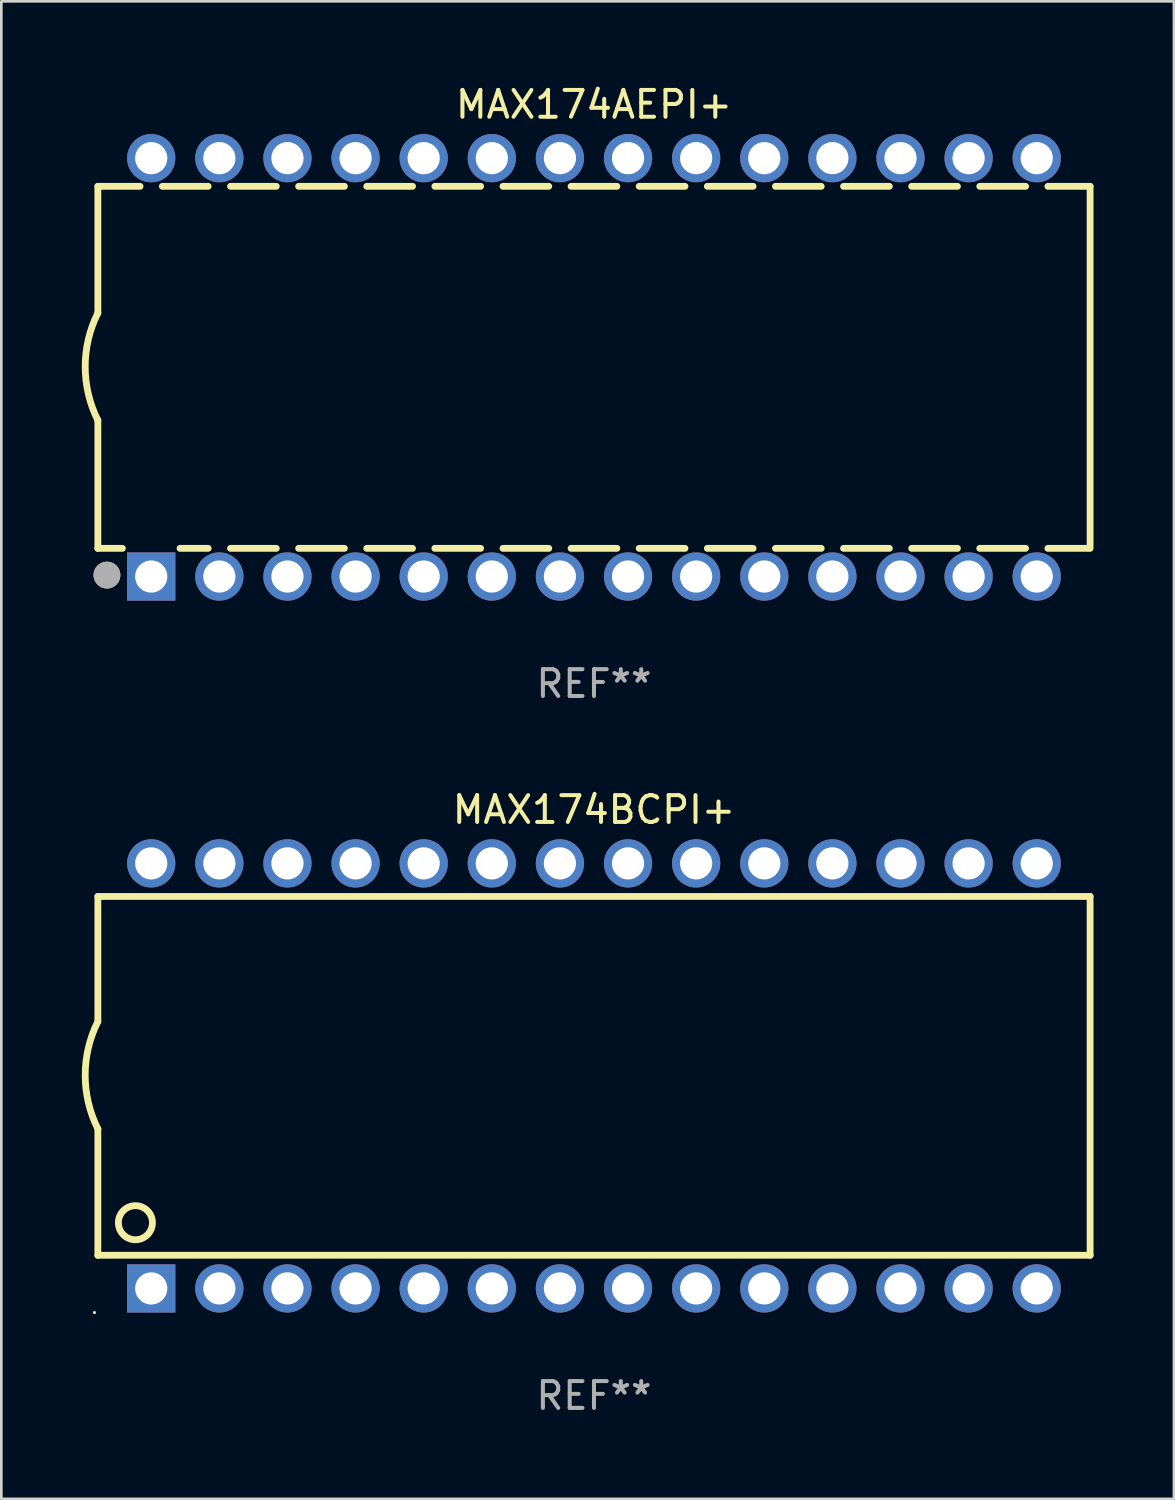
<source format=kicad_pcb>
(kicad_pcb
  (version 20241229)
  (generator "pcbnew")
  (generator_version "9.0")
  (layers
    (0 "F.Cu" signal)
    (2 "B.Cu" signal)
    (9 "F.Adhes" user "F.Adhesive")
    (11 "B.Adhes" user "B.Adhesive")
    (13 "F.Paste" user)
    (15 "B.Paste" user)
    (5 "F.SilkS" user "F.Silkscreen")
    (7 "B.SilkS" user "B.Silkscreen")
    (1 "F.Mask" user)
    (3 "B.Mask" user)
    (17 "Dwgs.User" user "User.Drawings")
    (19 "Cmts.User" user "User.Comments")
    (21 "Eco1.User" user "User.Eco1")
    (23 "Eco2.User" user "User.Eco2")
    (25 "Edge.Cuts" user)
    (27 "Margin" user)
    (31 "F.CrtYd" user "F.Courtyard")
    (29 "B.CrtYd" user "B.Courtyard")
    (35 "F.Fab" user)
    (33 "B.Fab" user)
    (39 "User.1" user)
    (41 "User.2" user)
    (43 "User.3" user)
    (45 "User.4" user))
  (footprint "MAX174AEPI+"
    (layer "F.Cu")
    (at 19.099 10.648)
    (property "Reference" "MAX174AEPI+" (at 0 -9.8 0) (layer "F.SilkS") (effects (font (size 1 1) (thickness 0.15))))
    (attr through_hole)
    (fp_line (start -18.5 -6.75) (end -18.5 -2.026) (stroke (width 0.254) (type solid)) (layer "F.SilkS"))
    (fp_line (start -18.5 -6.75) (end -16.926 -6.75) (stroke (width 0.254) (type solid)) (layer "F.SilkS"))
    (fp_line (start -18.5 6.75) (end -18.5 1.974) (stroke (width 0.254) (type solid)) (layer "F.SilkS"))
    (fp_line (start -18.5 6.75) (end -17.584 6.75) (stroke (width 0.254) (type solid)) (layer "F.SilkS"))
    (fp_line (start -16.094 -6.75) (end -14.386 -6.75) (stroke (width 0.254) (type solid)) (layer "F.SilkS"))
    (fp_line (start -15.436 6.75) (end -14.386 6.75) (stroke (width 0.254) (type solid)) (layer "F.SilkS"))
    (fp_line (start -13.554 -6.75) (end -11.846 -6.75) (stroke (width 0.254) (type solid)) (layer "F.SilkS"))
    (fp_line (start -13.554 6.75) (end -11.846 6.75) (stroke (width 0.254) (type solid)) (layer "F.SilkS"))
    (fp_line (start -11.014 -6.75) (end -9.306 -6.75) (stroke (width 0.254) (type solid)) (layer "F.SilkS"))
    (fp_line (start -11.014 6.75) (end -9.306 6.75) (stroke (width 0.254) (type solid)) (layer "F.SilkS"))
    (fp_line (start -8.474 -6.75) (end -6.766 -6.75) (stroke (width 0.254) (type solid)) (layer "F.SilkS"))
    (fp_line (start -8.474 6.75) (end -6.766 6.75) (stroke (width 0.254) (type solid)) (layer "F.SilkS"))
    (fp_line (start -5.934 -6.75) (end -4.226 -6.75) (stroke (width 0.254) (type solid)) (layer "F.SilkS"))
    (fp_line (start -5.934 6.75) (end -4.226 6.75) (stroke (width 0.254) (type solid)) (layer "F.SilkS"))
    (fp_line (start -3.394 -6.75) (end -1.686 -6.75) (stroke (width 0.254) (type solid)) (layer "F.SilkS"))
    (fp_line (start -3.394 6.75) (end -1.686 6.75) (stroke (width 0.254) (type solid)) (layer "F.SilkS"))
    (fp_line (start -0.854 -6.75) (end 0.854 -6.75) (stroke (width 0.254) (type solid)) (layer "F.SilkS"))
    (fp_line (start -0.854 6.75) (end 0.854 6.75) (stroke (width 0.254) (type solid)) (layer "F.SilkS"))
    (fp_line (start 1.686 -6.75) (end 3.394 -6.75) (stroke (width 0.254) (type solid)) (layer "F.SilkS"))
    (fp_line (start 1.686 6.75) (end 3.394 6.75) (stroke (width 0.254) (type solid)) (layer "F.SilkS"))
    (fp_line (start 4.226 -6.75) (end 5.934 -6.75) (stroke (width 0.254) (type solid)) (layer "F.SilkS"))
    (fp_line (start 4.226 6.75) (end 5.934 6.75) (stroke (width 0.254) (type solid)) (layer "F.SilkS"))
    (fp_line (start 6.766 -6.75) (end 8.474 -6.75) (stroke (width 0.254) (type solid)) (layer "F.SilkS"))
    (fp_line (start 6.766 6.75) (end 8.474 6.75) (stroke (width 0.254) (type solid)) (layer "F.SilkS"))
    (fp_line (start 9.306 -6.75) (end 11.014 -6.75) (stroke (width 0.254) (type solid)) (layer "F.SilkS"))
    (fp_line (start 9.306 6.75) (end 11.014 6.75) (stroke (width 0.254) (type solid)) (layer "F.SilkS"))
    (fp_line (start 11.846 -6.75) (end 13.554 -6.75) (stroke (width 0.254) (type solid)) (layer "F.SilkS"))
    (fp_line (start 11.846 6.75) (end 13.554 6.75) (stroke (width 0.254) (type solid)) (layer "F.SilkS"))
    (fp_line (start 14.386 -6.75) (end 16.094 -6.75) (stroke (width 0.254) (type solid)) (layer "F.SilkS"))
    (fp_line (start 14.386 6.75) (end 16.094 6.75) (stroke (width 0.254) (type solid)) (layer "F.SilkS"))
    (fp_line (start 16.926 -6.75) (end 18.5 -6.75) (stroke (width 0.254) (type solid)) (layer "F.SilkS"))
    (fp_line (start 16.926 6.75) (end 18.415 6.75) (stroke (width 0.254) (type solid)) (layer "F.SilkS"))
    (fp_line (start 18.5 6.75) (end 18.5 -6.75) (stroke (width 0.254) (type solid)) (layer "F.SilkS"))
    (fp_arc (start -18.500051 1.974384) (mid -18.972187 -0.025616) (end -18.500051 -2.025616) (stroke (width 0.254001) (type solid)) (layer "F.SilkS"))
    (fp_circle (center -18.5 7.8) (end -18.47 7.8) (stroke (width 0.06) (type solid)) (fill no) (layer "F.SilkS"))
    (fp_circle (center -18.161 7.747) (end -17.911 7.747) (stroke (width 0.5) (type solid)) (fill no) (layer "F.SilkS"))
    (fp_circle (center -18.161 7.747) (end -17.911 7.747) (stroke (width 0.5) (type solid)) (fill no) (layer "F.Fab"))
    (fp_text user "REF**" (at 0 11.8 0) (layer "F.Fab") (effects (font (size 1 1) (thickness 0.15))))
    (pad "1" thru_hole rect (at -16.51 7.8) (size 1.8 1.8) (drill 1.2) (layers "*.Cu" "*.Mask"))
    (pad "2" thru_hole circle (at -13.97 7.8) (size 1.8 1.8) (drill 1.2) (layers "*.Cu" "*.Mask"))
    (pad "3" thru_hole circle (at -11.43 7.8) (size 1.8 1.8) (drill 1.2) (layers "*.Cu" "*.Mask"))
    (pad "4" thru_hole circle (at -8.89 7.8) (size 1.8 1.8) (drill 1.2) (layers "*.Cu" "*.Mask"))
    (pad "5" thru_hole circle (at -6.35 7.8) (size 1.8 1.8) (drill 1.2) (layers "*.Cu" "*.Mask"))
    (pad "6" thru_hole circle (at -3.81 7.8) (size 1.8 1.8) (drill 1.2) (layers "*.Cu" "*.Mask"))
    (pad "7" thru_hole circle (at -1.27 7.8) (size 1.8 1.8) (drill 1.2) (layers "*.Cu" "*.Mask"))
    (pad "8" thru_hole circle (at 1.27 7.8) (size 1.8 1.8) (drill 1.2) (layers "*.Cu" "*.Mask"))
    (pad "9" thru_hole circle (at 3.81 7.8) (size 1.8 1.8) (drill 1.2) (layers "*.Cu" "*.Mask"))
    (pad "10" thru_hole circle (at 6.35 7.8) (size 1.8 1.8) (drill 1.2) (layers "*.Cu" "*.Mask"))
    (pad "11" thru_hole circle (at 8.89 7.8) (size 1.8 1.8) (drill 1.2) (layers "*.Cu" "*.Mask"))
    (pad "12" thru_hole circle (at 11.43 7.8) (size 1.8 1.8) (drill 1.2) (layers "*.Cu" "*.Mask"))
    (pad "13" thru_hole circle (at 13.97 7.8) (size 1.8 1.8) (drill 1.2) (layers "*.Cu" "*.Mask"))
    (pad "14" thru_hole circle (at 16.51 7.8) (size 1.8 1.8) (drill 1.2) (layers "*.Cu" "*.Mask"))
    (pad "15" thru_hole circle (at 16.51 -7.8) (size 1.8 1.8) (drill 1.2) (layers "*.Cu" "*.Mask"))
    (pad "16" thru_hole circle (at 13.97 -7.8) (size 1.8 1.8) (drill 1.2) (layers "*.Cu" "*.Mask"))
    (pad "17" thru_hole circle (at 11.43 -7.8) (size 1.8 1.8) (drill 1.2) (layers "*.Cu" "*.Mask"))
    (pad "18" thru_hole circle (at 8.89 -7.8) (size 1.8 1.8) (drill 1.2) (layers "*.Cu" "*.Mask"))
    (pad "19" thru_hole circle (at 6.35 -7.8) (size 1.8 1.8) (drill 1.2) (layers "*.Cu" "*.Mask"))
    (pad "20" thru_hole circle (at 3.81 -7.8) (size 1.8 1.8) (drill 1.2) (layers "*.Cu" "*.Mask"))
    (pad "21" thru_hole circle (at 1.27 -7.8) (size 1.8 1.8) (drill 1.2) (layers "*.Cu" "*.Mask"))
    (pad "22" thru_hole circle (at -1.27 -7.8) (size 1.8 1.8) (drill 1.2) (layers "*.Cu" "*.Mask"))
    (pad "23" thru_hole circle (at -3.81 -7.8) (size 1.8 1.8) (drill 1.2) (layers "*.Cu" "*.Mask"))
    (pad "24" thru_hole circle (at -6.35 -7.8) (size 1.8 1.8) (drill 1.2) (layers "*.Cu" "*.Mask"))
    (pad "25" thru_hole circle (at -8.89 -7.8) (size 1.8 1.8) (drill 1.2) (layers "*.Cu" "*.Mask"))
    (pad "26" thru_hole circle (at -11.43 -7.8) (size 1.8 1.8) (drill 1.2) (layers "*.Cu" "*.Mask"))
    (pad "27" thru_hole circle (at -13.97 -7.8) (size 1.8 1.8) (drill 1.2) (layers "*.Cu" "*.Mask"))
    (pad "28" thru_hole circle (at -16.51 -7.8) (size 1.8 1.8) (drill 1.2) (layers "*.Cu" "*.Mask")))
  (footprint "MAX174BCPI+"
    (layer "F.Cu")
    (at 19.099 37.07)
    (property "Reference" "MAX174BCPI+" (at 0 -9.925 0) (layer "F.SilkS") (effects (font (size 1 1) (thickness 0.15))))
    (attr through_hole)
    (fp_line (start -18.5 -6.692) (end -18.5 -2.026) (stroke (width 0.254) (type solid)) (layer "F.SilkS"))
    (fp_line (start -18.5 6.689) (end -18.5 1.974) (stroke (width 0.254) (type solid)) (layer "F.SilkS"))
    (fp_line (start -18.5 6.689) (end 18.5 6.689) (stroke (width 0.254) (type solid)) (layer "F.SilkS"))
    (fp_line (start 18.5 -6.692) (end -18.5 -6.692) (stroke (width 0.254) (type solid)) (layer "F.SilkS"))
    (fp_line (start 18.5 6.689) (end 18.5 -6.692) (stroke (width 0.254) (type solid)) (layer "F.SilkS"))
    (fp_arc (start -18.500051 1.974346) (mid -18.972187 -0.025654) (end -18.500051 -2.025654) (stroke (width 0.254001) (type solid)) (layer "F.SilkS"))
    (fp_circle (center -18.627 8.824) (end -18.597 8.824) (stroke (width 0.06) (type solid)) (fill no) (layer "F.SilkS"))
    (fp_circle (center -17.1 5.474) (end -16.465 5.474) (stroke (width 0.254) (type solid)) (fill no) (layer "F.SilkS"))
    (fp_text user "REF**" (at 0 11.925 0) (layer "F.Fab") (effects (font (size 1 1) (thickness 0.15))))
    (pad "1" thru_hole rect (at -16.51 7.925) (size 1.8 1.8) (drill 1.2) (layers "*.Cu" "*.Mask"))
    (pad "2" thru_hole circle (at -13.97 7.924) (size 1.8 1.8) (drill 1.2) (layers "*.Cu" "*.Mask"))
    (pad "3" thru_hole circle (at -11.43 7.924) (size 1.8 1.8) (drill 1.2) (layers "*.Cu" "*.Mask"))
    (pad "4" thru_hole circle (at -8.89 7.924) (size 1.8 1.8) (drill 1.2) (layers "*.Cu" "*.Mask"))
    (pad "5" thru_hole circle (at -6.35 7.924) (size 1.8 1.8) (drill 1.2) (layers "*.Cu" "*.Mask"))
    (pad "6" thru_hole circle (at -3.81 7.924) (size 1.8 1.8) (drill 1.2) (layers "*.Cu" "*.Mask"))
    (pad "7" thru_hole circle (at -1.27 7.924) (size 1.8 1.8) (drill 1.2) (layers "*.Cu" "*.Mask"))
    (pad "8" thru_hole circle (at 1.27 7.924) (size 1.8 1.8) (drill 1.2) (layers "*.Cu" "*.Mask"))
    (pad "9" thru_hole circle (at 3.81 7.924) (size 1.8 1.8) (drill 1.2) (layers "*.Cu" "*.Mask"))
    (pad "10" thru_hole circle (at 6.35 7.924) (size 1.8 1.8) (drill 1.2) (layers "*.Cu" "*.Mask"))
    (pad "11" thru_hole circle (at 8.89 7.924) (size 1.8 1.8) (drill 1.2) (layers "*.Cu" "*.Mask"))
    (pad "12" thru_hole circle (at 11.43 7.924) (size 1.8 1.8) (drill 1.2) (layers "*.Cu" "*.Mask"))
    (pad "13" thru_hole circle (at 13.97 7.924) (size 1.8 1.8) (drill 1.2) (layers "*.Cu" "*.Mask"))
    (pad "14" thru_hole circle (at 16.51 7.924) (size 1.8 1.8) (drill 1.2) (layers "*.Cu" "*.Mask"))
    (pad "15" thru_hole circle (at 16.51 -7.925) (size 1.8 1.8) (drill 1.2) (layers "*.Cu" "*.Mask"))
    (pad "16" thru_hole circle (at 13.97 -7.925) (size 1.8 1.8) (drill 1.2) (layers "*.Cu" "*.Mask"))
    (pad "17" thru_hole circle (at 11.43 -7.925) (size 1.8 1.8) (drill 1.2) (layers "*.Cu" "*.Mask"))
    (pad "18" thru_hole circle (at 8.89 -7.925) (size 1.8 1.8) (drill 1.2) (layers "*.Cu" "*.Mask"))
    (pad "19" thru_hole circle (at 6.35 -7.925) (size 1.8 1.8) (drill 1.2) (layers "*.Cu" "*.Mask"))
    (pad "20" thru_hole circle (at 3.81 -7.925) (size 1.8 1.8) (drill 1.2) (layers "*.Cu" "*.Mask"))
    (pad "21" thru_hole circle (at 1.27 -7.925) (size 1.8 1.8) (drill 1.2) (layers "*.Cu" "*.Mask"))
    (pad "22" thru_hole circle (at -1.27 -7.925) (size 1.8 1.8) (drill 1.2) (layers "*.Cu" "*.Mask"))
    (pad "23" thru_hole circle (at -3.81 -7.925) (size 1.8 1.8) (drill 1.2) (layers "*.Cu" "*.Mask"))
    (pad "24" thru_hole circle (at -6.35 -7.925) (size 1.8 1.8) (drill 1.2) (layers "*.Cu" "*.Mask"))
    (pad "25" thru_hole circle (at -8.89 -7.925) (size 1.8 1.8) (drill 1.2) (layers "*.Cu" "*.Mask"))
    (pad "26" thru_hole circle (at -11.43 -7.925) (size 1.8 1.8) (drill 1.2) (layers "*.Cu" "*.Mask"))
    (pad "27" thru_hole circle (at -13.97 -7.925) (size 1.8 1.8) (drill 1.2) (layers "*.Cu" "*.Mask"))
    (pad "28" thru_hole circle (at -16.51 -7.925) (size 1.8 1.8) (drill 1.2) (layers "*.Cu" "*.Mask")))
  (gr_rect
    (start -3 -3)
    (end 40.726 52.843)
    (stroke (width 0.1) (type default))
    (fill no)
    (layer "Edge.Cuts")))
</source>
